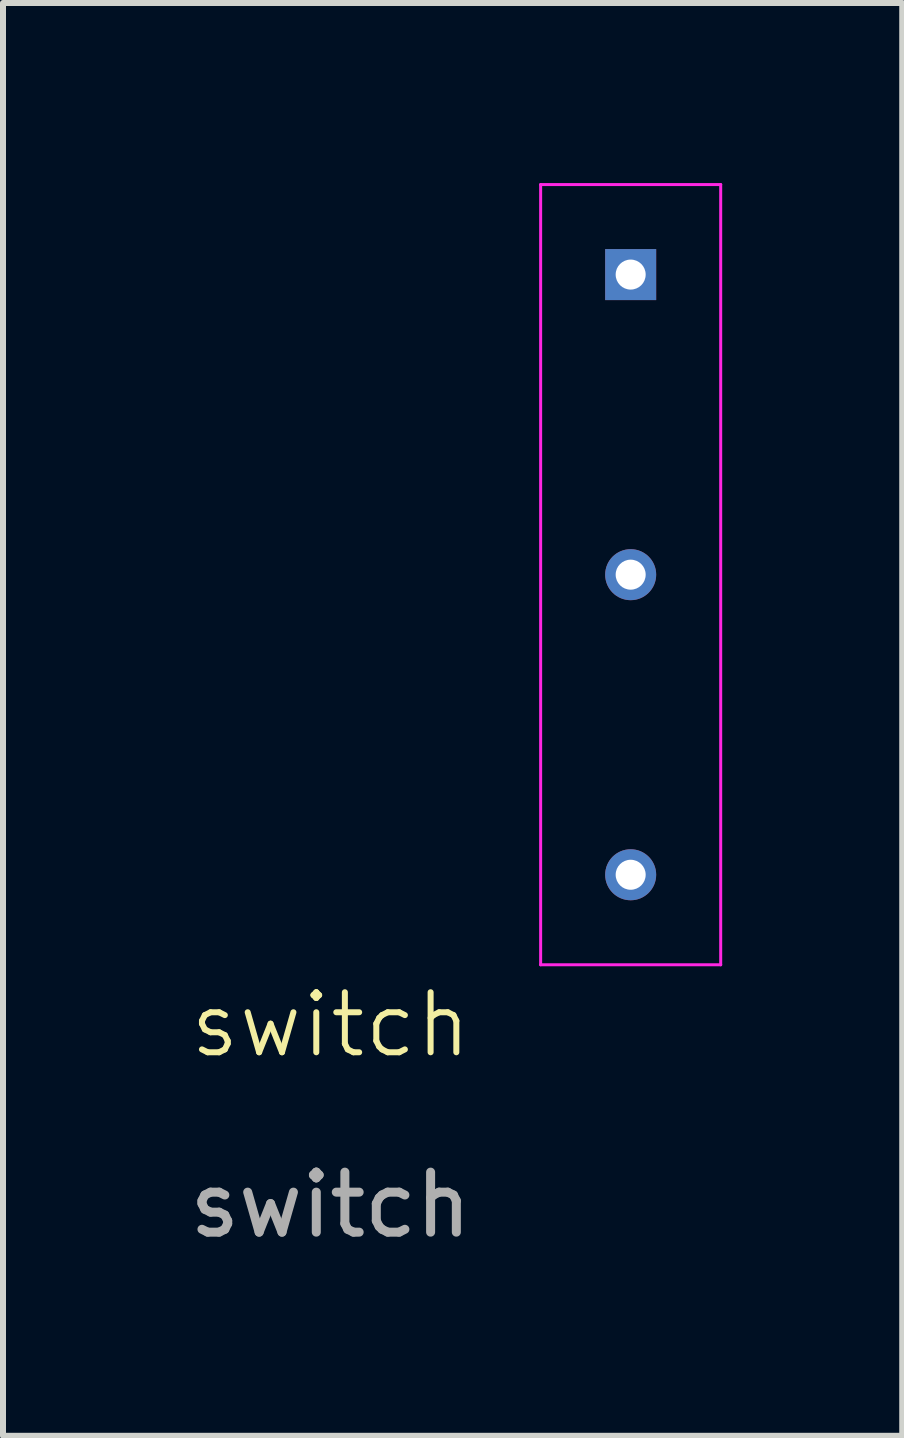
<source format=kicad_pcb>
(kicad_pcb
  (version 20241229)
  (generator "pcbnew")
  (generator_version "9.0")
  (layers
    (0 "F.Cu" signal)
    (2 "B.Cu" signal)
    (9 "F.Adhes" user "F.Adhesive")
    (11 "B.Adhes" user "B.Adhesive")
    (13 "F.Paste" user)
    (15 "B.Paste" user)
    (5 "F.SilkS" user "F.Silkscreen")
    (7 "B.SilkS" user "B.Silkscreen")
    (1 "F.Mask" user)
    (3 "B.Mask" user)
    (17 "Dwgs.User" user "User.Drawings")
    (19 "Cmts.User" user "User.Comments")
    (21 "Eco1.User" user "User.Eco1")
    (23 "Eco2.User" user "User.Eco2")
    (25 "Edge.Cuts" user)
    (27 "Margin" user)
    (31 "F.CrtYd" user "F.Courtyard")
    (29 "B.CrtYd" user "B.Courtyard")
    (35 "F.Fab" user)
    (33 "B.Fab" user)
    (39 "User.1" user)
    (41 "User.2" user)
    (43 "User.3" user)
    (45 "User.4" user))
  (footprint "switch"
    (layer "F.Cu")
    (at 2.458 14.525)
    (property "Reference" "switch" (at 0 -0.5 0) (unlocked yes) (layer "F.SilkS") (effects (font (size 1 1) (thickness 0.1))))
    (attr smd)
    (fp_line (start 3.5 -1.5) (end 3.5 -14.5) (stroke (width 0.05) (type solid)) (layer "F.CrtYd"))
    (fp_line (start 3.5 -1.5) (end 6.5 -1.5) (stroke (width 0.05) (type solid)) (layer "F.CrtYd"))
    (fp_line (start 6.5 -14.5) (end 3.5 -14.5) (stroke (width 0.05) (type solid)) (layer "F.CrtYd"))
    (fp_line (start 6.5 -14.5) (end 6.5 -1.5) (stroke (width 0.05) (type solid)) (layer "F.CrtYd"))
    (fp_text user "${REFERENCE}" (at 0 2.5 0) (unlocked yes) (layer "F.Fab") (effects (font (size 1 1) (thickness 0.15))))
    (pad "1" thru_hole rect (at 5 -13) (size 0.85 0.85) (drill 0.5) (layers "*.Cu" "*.Mask"))
    (pad "2" thru_hole oval (at 5 -8) (size 0.85 0.85) (drill 0.5) (layers "*.Cu" "*.Mask"))
    (pad "3" thru_hole oval (at 5 -3) (size 0.85 0.85) (drill 0.5) (layers "*.Cu" "*.Mask")))
  (gr_rect
    (start -3 -3)
    (end 11.983 20.873)
    (stroke (width 0.1) (type default))
    (fill no)
    (layer "Edge.Cuts")))
</source>
